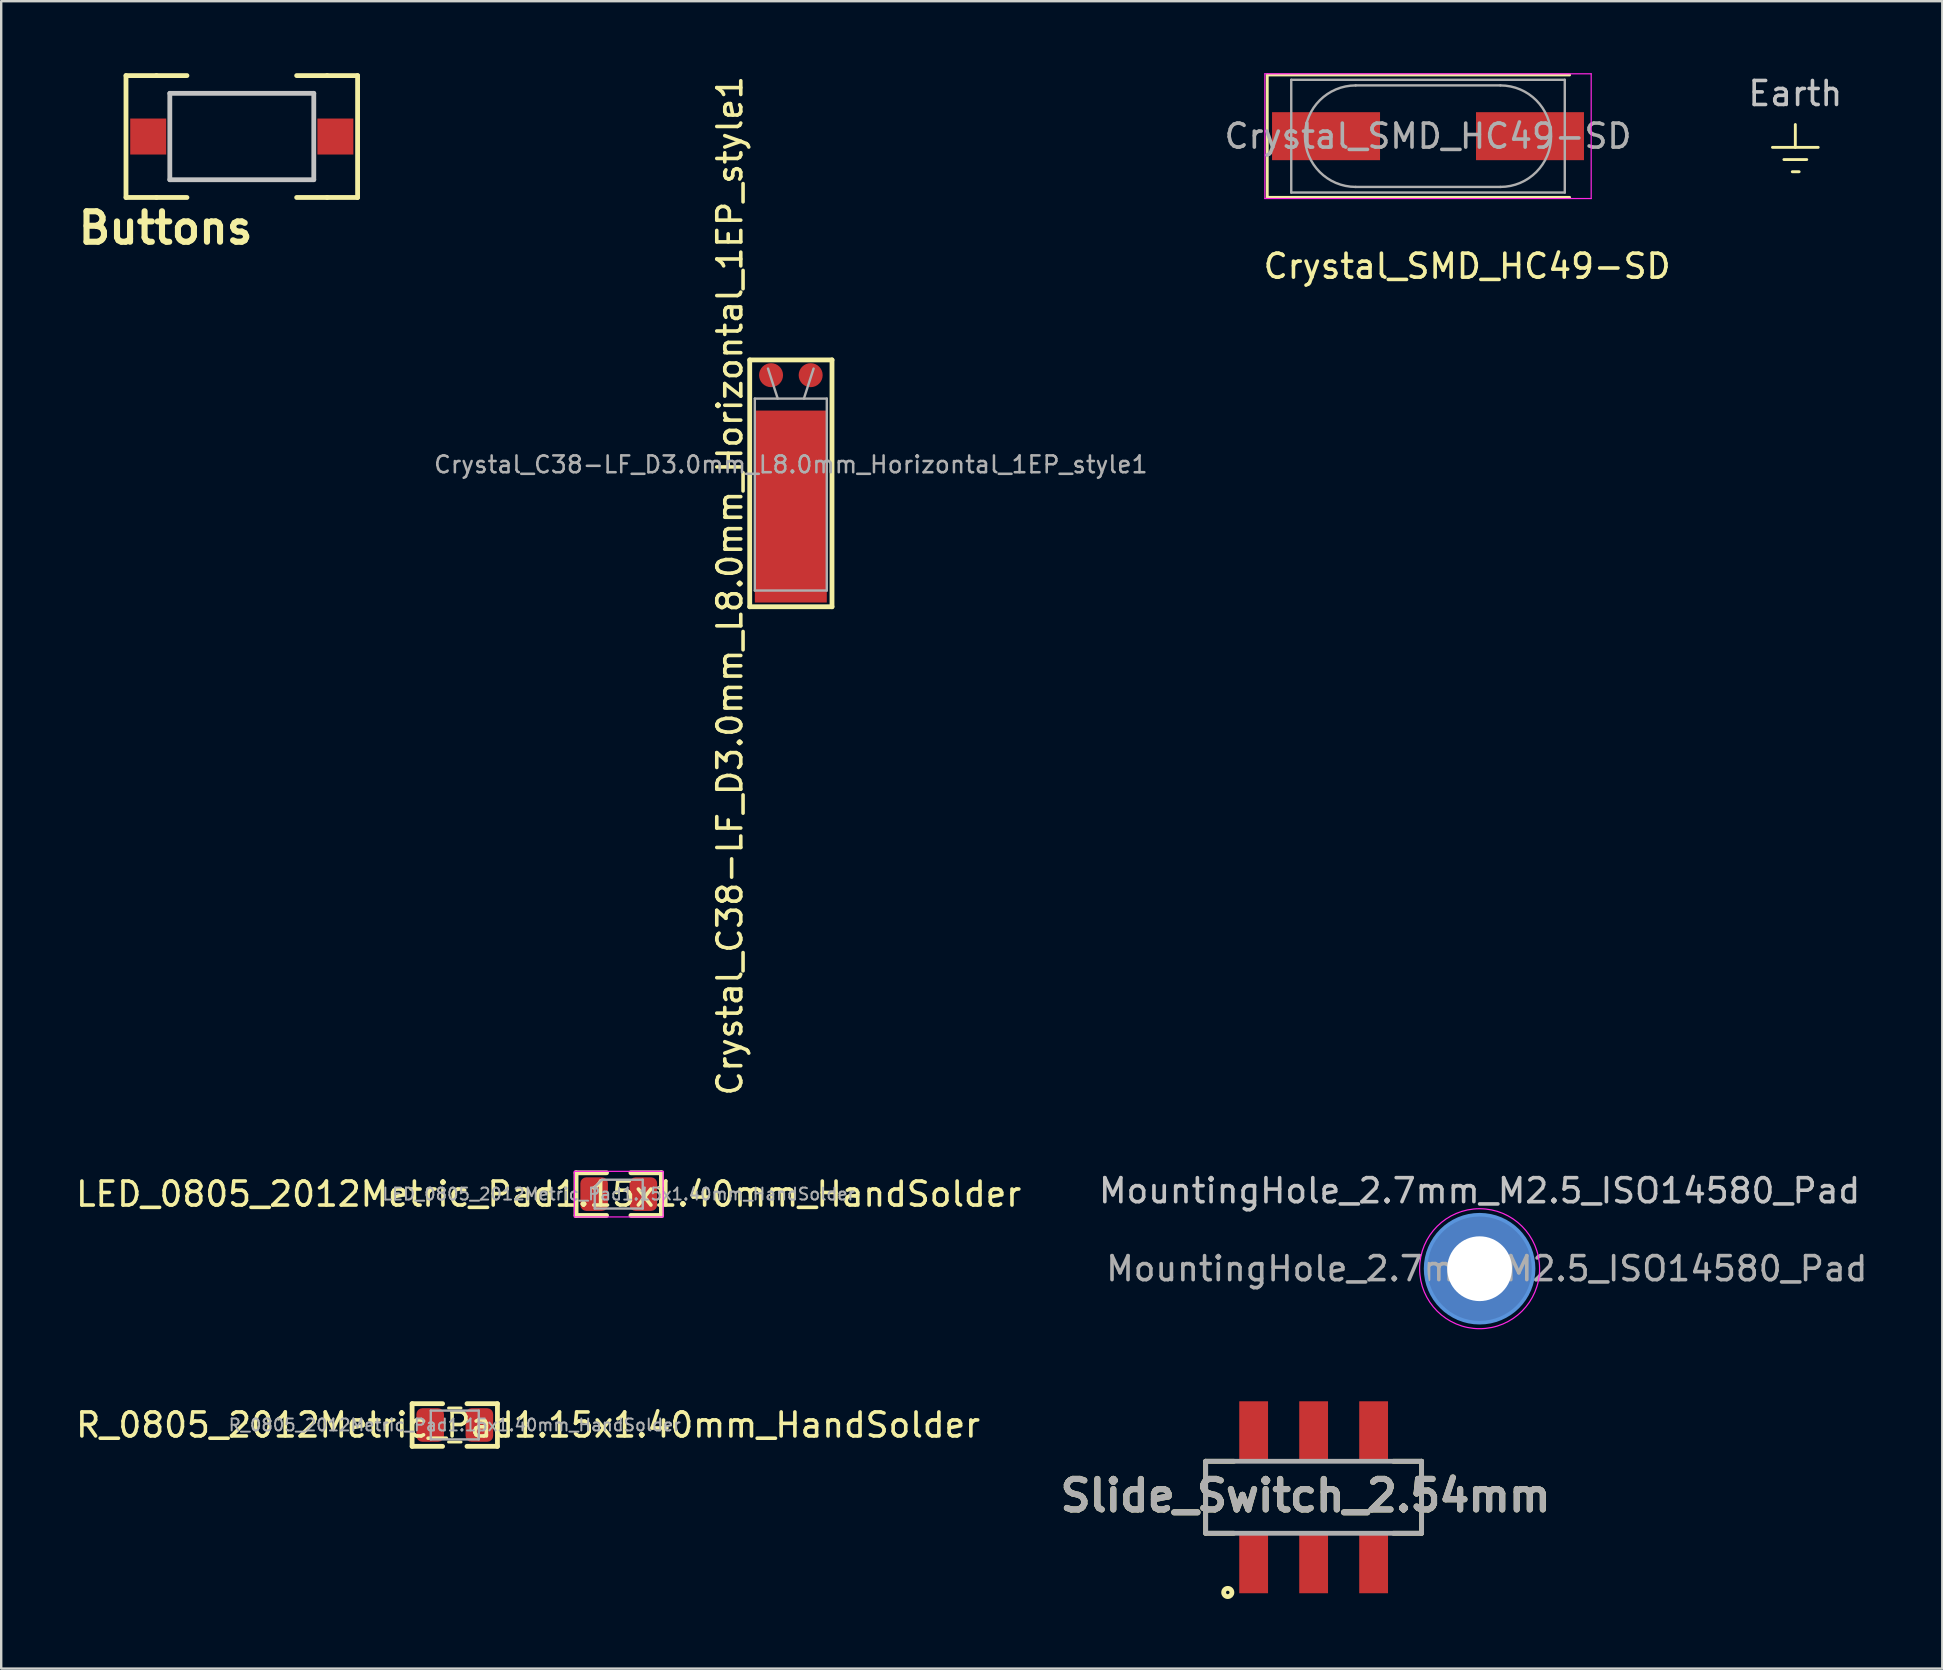
<source format=kicad_pcb>
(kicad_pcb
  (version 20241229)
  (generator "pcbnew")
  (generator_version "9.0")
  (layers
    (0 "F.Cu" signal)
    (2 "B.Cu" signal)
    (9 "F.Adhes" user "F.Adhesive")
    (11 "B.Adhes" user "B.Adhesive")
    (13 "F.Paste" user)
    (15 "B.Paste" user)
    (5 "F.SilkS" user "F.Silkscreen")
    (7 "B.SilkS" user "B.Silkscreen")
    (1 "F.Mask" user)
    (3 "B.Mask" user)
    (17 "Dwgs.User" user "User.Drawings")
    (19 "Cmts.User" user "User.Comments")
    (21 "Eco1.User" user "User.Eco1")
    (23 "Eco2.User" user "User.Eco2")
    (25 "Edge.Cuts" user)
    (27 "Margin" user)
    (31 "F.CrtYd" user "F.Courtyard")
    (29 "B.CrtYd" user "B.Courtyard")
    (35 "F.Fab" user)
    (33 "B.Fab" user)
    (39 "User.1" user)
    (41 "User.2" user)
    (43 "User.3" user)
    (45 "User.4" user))
  (footprint "R_0805_2012Metric_Pad1.15x1.40mm_HandSolder"
    (layer "F.Cu")
    (at 15.903 56.338)
    (property "Reference" "R_0805_2012Metric_Pad1.15x1.40mm_HandSolder" (at 3.055 0 0) (layer "F.SilkS") (effects (font (size 1 1) (thickness 0.15))))
    (attr smd)
    (fp_line (start -1.778 -0.889) (end -0.508 -0.889) (stroke (width 0.2) (type solid)) (layer "F.SilkS"))
    (fp_line (start -1.778 0.889) (end -1.778 -0.889) (stroke (width 0.2) (type solid)) (layer "F.SilkS"))
    (fp_line (start -0.508 0.889) (end -1.778 0.889) (stroke (width 0.2) (type solid)) (layer "F.SilkS"))
    (fp_line (start -0.261 -0.71) (end 0.261 -0.71) (stroke (width 0.12) (type solid)) (layer "F.SilkS"))
    (fp_line (start -0.261 0.71) (end 0.261 0.71) (stroke (width 0.12) (type solid)) (layer "F.SilkS"))
    (fp_line (start 0.508 -0.889) (end 1.778 -0.889) (stroke (width 0.2) (type solid)) (layer "F.SilkS"))
    (fp_line (start 1.778 -0.889) (end 1.778 0.889) (stroke (width 0.2) (type solid)) (layer "F.SilkS"))
    (fp_line (start 1.778 0.889) (end 0.508 0.889) (stroke (width 0.2) (type solid)) (layer "F.SilkS"))
    (fp_line (start -1 -0.6) (end 1 -0.6) (stroke (width 0.1) (type solid)) (layer "F.Fab"))
    (fp_line (start -1 0.6) (end -1 -0.6) (stroke (width 0.1) (type solid)) (layer "F.Fab"))
    (fp_line (start 1 -0.6) (end 1 0.6) (stroke (width 0.1) (type solid)) (layer "F.Fab"))
    (fp_line (start 1 0.6) (end -1 0.6) (stroke (width 0.1) (type solid)) (layer "F.Fab"))
    (fp_text user "${REFERENCE}" (at 0 0 0) (layer "F.Fab") (effects (font (size 0.5 0.5) (thickness 0.08))))
    (pad "1" smd roundrect (at -1.025 0) (size 1.15 1.4) (layers "F.Cu" "F.Mask" "F.Paste") (roundrect_rratio 0.217))
    (pad "2" smd roundrect (at 1.025 0) (size 1.15 1.4) (layers "F.Cu" "F.Mask" "F.Paste") (roundrect_rratio 0.217)))
  (footprint "LED_0805_2012Metric_Pad1.15x1.40mm_HandSolder"
    (layer "F.Cu")
    (at 22.736 46.715)
    (property "Reference" "LED_0805_2012Metric_Pad1.15x1.40mm_HandSolder" (at -2.921 0 0) (layer "F.SilkS") (effects (font (size 1 1) (thickness 0.15))))
    (attr smd)
    (fp_line (start -1.778 -0.889) (end -0.508 -0.889) (stroke (width 0.2) (type solid)) (layer "F.SilkS"))
    (fp_line (start -1.778 0.889) (end -1.778 -0.889) (stroke (width 0.2) (type solid)) (layer "F.SilkS"))
    (fp_line (start -0.508 0.889) (end -1.778 0.889) (stroke (width 0.2) (type solid)) (layer "F.SilkS"))
    (fp_line (start 0.508 -0.889) (end 1.778 -0.889) (stroke (width 0.2) (type solid)) (layer "F.SilkS"))
    (fp_line (start 1.778 -0.889) (end 1.778 0.889) (stroke (width 0.2) (type solid)) (layer "F.SilkS"))
    (fp_line (start 1.778 0.889) (end 0.508 0.889) (stroke (width 0.2) (type solid)) (layer "F.SilkS"))
    (fp_line (start -1.85 -0.95) (end 1.85 -0.95) (stroke (width 0.05) (type solid)) (layer "F.CrtYd"))
    (fp_line (start -1.85 0.95) (end -1.85 -0.95) (stroke (width 0.05) (type solid)) (layer "F.CrtYd"))
    (fp_line (start 1.85 -0.95) (end 1.85 0.95) (stroke (width 0.05) (type solid)) (layer "F.CrtYd"))
    (fp_line (start 1.85 0.95) (end -1.85 0.95) (stroke (width 0.05) (type solid)) (layer "F.CrtYd"))
    (fp_line (start -1 -0.3) (end -1 0.6) (stroke (width 0.1) (type solid)) (layer "F.Fab"))
    (fp_line (start -1 0.6) (end 1 0.6) (stroke (width 0.1) (type solid)) (layer "F.Fab"))
    (fp_line (start -0.7 -0.6) (end -1 -0.3) (stroke (width 0.1) (type solid)) (layer "F.Fab"))
    (fp_line (start 1 -0.6) (end -0.7 -0.6) (stroke (width 0.1) (type solid)) (layer "F.Fab"))
    (fp_line (start 1 0.6) (end 1 -0.6) (stroke (width 0.1) (type solid)) (layer "F.Fab"))
    (fp_text user "${REFERENCE}" (at 0 0 0) (layer "F.Fab") (effects (font (size 0.5 0.5) (thickness 0.08))))
    (pad "1" smd roundrect (at -1.025 0) (size 1.15 1.4) (layers "F.Cu" "F.Mask" "F.Paste") (roundrect_rratio 0.217))
    (pad "2" smd roundrect (at 1.025 0) (size 1.15 1.4) (layers "F.Cu" "F.Mask" "F.Paste") (roundrect_rratio 0.217)))
  (footprint "Buttons"
    (layer "F.Cu")
    (at 7.027 2.64)
    (property "Reference" "Buttons" (at -3.175 3.81 0) (layer "F.SilkS") (effects (font (size 1.27 1.27) (thickness 0.254))))
    (attr smd)
    (fp_line (start -4.826 -2.54) (end -3.556 -2.54) (stroke (width 0.2) (type solid)) (layer "F.SilkS"))
    (fp_line (start -4.826 2.54) (end -4.826 -2.54) (stroke (width 0.2) (type solid)) (layer "F.SilkS"))
    (fp_line (start -3.556 -2.54) (end -2.286 -2.54) (stroke (width 0.2) (type solid)) (layer "F.SilkS"))
    (fp_line (start -3.556 2.54) (end -4.826 2.54) (stroke (width 0.2) (type solid)) (layer "F.SilkS"))
    (fp_line (start -3.556 2.54) (end -2.286 2.54) (stroke (width 0.2) (type solid)) (layer "F.SilkS"))
    (fp_line (start -3 -1.8) (end 3 -1.8) (stroke (width 0.1) (type solid)) (layer "F.SilkS"))
    (fp_line (start -3 -1) (end -3 -1.8) (stroke (width 0.1) (type solid)) (layer "F.SilkS"))
    (fp_line (start -3 1) (end -3 1.8) (stroke (width 0.1) (type solid)) (layer "F.SilkS"))
    (fp_line (start -3 1.8) (end 3 1.8) (stroke (width 0.1) (type solid)) (layer "F.SilkS"))
    (fp_line (start 3 -1.8) (end 3 -1) (stroke (width 0.1) (type solid)) (layer "F.SilkS"))
    (fp_line (start 3 1.8) (end 3 1) (stroke (width 0.1) (type solid)) (layer "F.SilkS"))
    (fp_line (start 3.556 -2.54) (end 2.286 -2.54) (stroke (width 0.2) (type solid)) (layer "F.SilkS"))
    (fp_line (start 3.556 -2.54) (end 4.826 -2.54) (stroke (width 0.2) (type solid)) (layer "F.SilkS"))
    (fp_line (start 3.556 2.54) (end 2.286 2.54) (stroke (width 0.2) (type solid)) (layer "F.SilkS"))
    (fp_line (start 4.826 -2.54) (end 4.826 2.54) (stroke (width 0.2) (type solid)) (layer "F.SilkS"))
    (fp_line (start 4.826 2.54) (end 3.556 2.54) (stroke (width 0.2) (type solid)) (layer "F.SilkS"))
    (fp_line (start -3 -1.8) (end 3 -1.8) (stroke (width 0.2) (type solid)) (layer "Dwgs.User"))
    (fp_line (start -3 1.8) (end -3 -1.8) (stroke (width 0.2) (type solid)) (layer "Dwgs.User"))
    (fp_line (start 3 -1.8) (end 3 1.8) (stroke (width 0.2) (type solid)) (layer "Dwgs.User"))
    (fp_line (start 3 1.8) (end -3 1.8) (stroke (width 0.2) (type solid)) (layer "Dwgs.User"))
    (pad "1" smd rect (at -3.9 0 90) (size 1.5 1.5) (layers "F.Cu" "F.Mask" "F.Paste"))
    (pad "2" smd rect (at 3.9 0 90) (size 1.5 1.5) (layers "F.Cu" "F.Mask" "F.Paste")))
  (footprint "Earth"
    (layer "F.Cu")
    (at 71.771 2.126)
    (property "Reference" "Earth" (at 0 -1.278 0) (unlocked yes) (layer "Dwgs.User") (effects (font (size 1 1) (thickness 0.15))))
    (attr through_hole)
    (fp_line (start -0.953 0.965) (end 0.953 0.965) (stroke (width 0.12) (type solid)) (layer "F.SilkS"))
    (fp_line (start -0.476 1.473) (end 0.476 1.473) (stroke (width 0.12) (type solid)) (layer "F.SilkS"))
    (fp_line (start -0.127 1.981) (end 0.159 1.981) (stroke (width 0.12) (type solid)) (layer "F.SilkS"))
    (fp_line (start 0 0.013) (end 0 0.965) (stroke (width 0.12) (type solid)) (layer "F.SilkS")))
  (footprint "Crystal_C38-LF_D3.0mm_L8.0mm_Horizontal_1EP_style1"
    (layer "F.Cu")
    (at 30.227 16.649)
    (property "Reference" "Crystal_C38-LF_D3.0mm_L8.0mm_Horizontal_1EP_style1" (at -2.86 4.714 90) (layer "F.SilkS") (effects (font (size 1 1) (thickness 0.15))))
    (attr through_hole)
    (fp_line (start -2.032 -4.699) (end -2.032 5.588) (stroke (width 0.2) (type solid)) (layer "F.SilkS"))
    (fp_line (start -2.02 -2.788) (end -2.02 -3.288) (stroke (width 0.12) (type solid)) (layer "F.SilkS"))
    (fp_line (start 1.397 -4.699) (end -2.032 -4.699) (stroke (width 0.2) (type solid)) (layer "F.SilkS"))
    (fp_line (start 1.397 -4.699) (end 1.397 5.588) (stroke (width 0.2) (type solid)) (layer "F.SilkS"))
    (fp_line (start 1.397 5.588) (end -2.032 5.588) (stroke (width 0.2) (type solid)) (layer "F.SilkS"))
    (fp_line (start -1.82 -3.088) (end -1.82 4.912) (stroke (width 0.1) (type solid)) (layer "F.Fab"))
    (fp_line (start -1.82 4.912) (end 1.18 4.912) (stroke (width 0.1) (type solid)) (layer "F.Fab"))
    (fp_line (start -0.865 -3.088) (end -1.27 -4.338) (stroke (width 0.1) (type solid)) (layer "F.Fab"))
    (fp_line (start 0.225 -3.088) (end 0.63 -4.338) (stroke (width 0.1) (type solid)) (layer "F.Fab"))
    (fp_line (start 1.18 -3.088) (end -1.82 -3.088) (stroke (width 0.1) (type solid)) (layer "F.Fab"))
    (fp_line (start 1.18 4.912) (end 1.18 -3.088) (stroke (width 0.1) (type solid)) (layer "F.Fab"))
    (fp_text user "${REFERENCE}" (at -0.32 -0.338 0) (layer "F.Fab") (effects (font (size 0.7 0.7) (thickness 0.105))))
    (pad "1" smd circle (at -1.143 -4.064) (size 1 1) (layers "F.Cu" "F.Mask" "F.Paste"))
    (pad "2" smd circle (at 0.508 -4.064) (size 1 1) (layers "F.Cu" "F.Mask" "F.Paste"))
    (pad "3" smd rect (at -0.32 1.412) (size 3 8) (layers "F.Cu" "F.Mask" "F.Paste")))
  (footprint "Slide_Switch_2.54mm"
    (layer "F.Cu")
    (at 51.696 59.349)
    (property "Reference" "Slide_Switch_2.54mm" (at -0.335 -0.068 180) (layer "F.SilkS") (effects (font (size 1.27 1.27) (thickness 0.254))))
    (attr smd)
    (fp_line (start -4.5 -1.5) (end -4.5 1.5) (stroke (width 0.2) (type solid)) (layer "F.SilkS"))
    (fp_line (start -4.5 -1.5) (end -3.323 -1.5) (stroke (width 0.2) (type solid)) (layer "F.SilkS"))
    (fp_line (start -4.5 1.5) (end -3.323 1.5) (stroke (width 0.2) (type solid)) (layer "F.SilkS"))
    (fp_line (start 4.5 -1.5) (end 3.323 -1.5) (stroke (width 0.2) (type solid)) (layer "F.SilkS"))
    (fp_line (start 4.5 1.5) (end 3.323 1.5) (stroke (width 0.2) (type solid)) (layer "F.SilkS"))
    (fp_line (start 4.5 1.5) (end 4.5 -1.5) (stroke (width 0.2) (type solid)) (layer "F.SilkS"))
    (fp_circle (center -3.578 3.968) (end -3.578 4.04) (stroke (width 0.2) (type solid)) (fill no) (layer "F.SilkS"))
    (fp_line (start -4.5 -1.5) (end 4.5 -1.5) (stroke (width 0.2) (type solid)) (layer "F.Fab"))
    (fp_line (start -4.5 1.5) (end -4.5 -1.5) (stroke (width 0.2) (type solid)) (layer "F.Fab"))
    (fp_line (start 4.5 -1.5) (end 4.5 1.5) (stroke (width 0.2) (type solid)) (layer "F.Fab"))
    (fp_line (start 4.5 1.5) (end -4.5 1.5) (stroke (width 0.2) (type solid)) (layer "F.Fab"))
    (fp_text user "${REFERENCE}" (at -0.335 -0.068 180) (layer "F.Fab") (effects (font (size 1.27 1.27) (thickness 0.254))))
    (pad "1" smd rect (at -2.5 2.75) (size 1.2 2.5) (layers "F.Cu" "F.Mask" "F.Paste"))
    (pad "2" smd rect (at 0 2.75) (size 1.2 2.5) (layers "F.Cu" "F.Mask" "F.Paste"))
    (pad "3" smd rect (at 2.5 2.75) (size 1.2 2.5) (layers "F.Cu" "F.Mask" "F.Paste"))
    (pad "4" smd rect (at 2.5 -2.75) (size 1.2 2.5) (layers "F.Cu" "F.Mask" "F.Paste"))
    (pad "5" smd rect (at 0 -2.75) (size 1.2 2.5) (layers "F.Cu" "F.Mask" "F.Paste"))
    (pad "6" smd rect (at -2.5 -2.75) (size 1.2 2.5) (layers "F.Cu" "F.Mask" "F.Paste")))
  (footprint "Crystal_SMD_HC49-SD"
    (layer "F.Cu")
    (at 56.463 2.625)
    (property "Reference" "Crystal_SMD_HC49-SD" (at 1.63 5.42 180) (layer "F.SilkS") (effects (font (size 1 1) (thickness 0.15))))
    (attr smd)
    (fp_line (start -6.7 -2.55) (end -6.7 2.55) (stroke (width 0.12) (type solid)) (layer "F.SilkS"))
    (fp_line (start -6.7 2.55) (end 5.9 2.55) (stroke (width 0.12) (type solid)) (layer "F.SilkS"))
    (fp_line (start 5.9 -2.55) (end -6.7 -2.55) (stroke (width 0.12) (type solid)) (layer "F.SilkS"))
    (fp_line (start -6.8 -2.6) (end -6.8 2.6) (stroke (width 0.05) (type solid)) (layer "F.CrtYd"))
    (fp_line (start -6.8 2.6) (end 6.8 2.6) (stroke (width 0.05) (type solid)) (layer "F.CrtYd"))
    (fp_line (start 6.8 -2.6) (end -6.8 -2.6) (stroke (width 0.05) (type solid)) (layer "F.CrtYd"))
    (fp_line (start 6.8 2.6) (end 6.8 -2.6) (stroke (width 0.05) (type solid)) (layer "F.CrtYd"))
    (fp_line (start -5.7 -2.35) (end -5.7 2.35) (stroke (width 0.1) (type solid)) (layer "F.Fab"))
    (fp_line (start -5.7 2.35) (end 5.7 2.35) (stroke (width 0.1) (type solid)) (layer "F.Fab"))
    (fp_line (start -3.015 -2.115) (end 3.015 -2.115) (stroke (width 0.1) (type solid)) (layer "F.Fab"))
    (fp_line (start -3.015 2.115) (end 3.015 2.115) (stroke (width 0.1) (type solid)) (layer "F.Fab"))
    (fp_line (start 5.7 -2.35) (end -5.7 -2.35) (stroke (width 0.1) (type solid)) (layer "F.Fab"))
    (fp_line (start 5.7 2.35) (end 5.7 -2.35) (stroke (width 0.1) (type solid)) (layer "F.Fab"))
    (fp_arc (start -3.015 2.115) (mid -5.13 0) (end -3.015 -2.115) (stroke (width 0.1) (type solid)) (layer "F.Fab"))
    (fp_arc (start 3.015 -2.115) (mid 5.13 0) (end 3.015 2.115) (stroke (width 0.1) (type solid)) (layer "F.Fab"))
    (fp_text user "${REFERENCE}" (at 0 0 180) (layer "F.Fab") (effects (font (size 1 1) (thickness 0.15))))
    (pad "1" smd rect (at -4.25 0) (size 4.5 2) (layers "F.Cu" "F.Mask" "F.Paste"))
    (pad "2" smd rect (at 4.25 0) (size 4.5 2) (layers "F.Cu" "F.Mask" "F.Paste")))
  (footprint "MountingHole_2.7mm_M2.5_ISO14580_Pad"
    (layer "F.Cu")
    (at 58.613 49.824)
    (property "Reference" "MountingHole_2.7mm_M2.5_ISO14580_Pad" (at 0 -3.25 0) (layer "Dwgs.User") (effects (font (size 1 1) (thickness 0.15))))
    (attr exclude_from_pos_files exclude_from_bom)
    (fp_circle (center 0 0) (end 2.25 0) (stroke (width 0.15) (type solid)) (fill no) (layer "Cmts.User"))
    (fp_circle (center 0 0) (end 2.5 0) (stroke (width 0.05) (type solid)) (fill no) (layer "F.CrtYd"))
    (fp_text user "${REFERENCE}" (at 0.3 0 0) (layer "F.Fab") (effects (font (size 1 1) (thickness 0.15))))
    (pad "1" thru_hole circle (at 0 0) (size 4.5 4.5) (drill 2.7) (layers "*.Cu" "*.Mask")))
  (gr_rect
    (start -3 -3)
    (end 77.895 66.489)
    (stroke (width 0.1) (type default))
    (fill no)
    (layer "Edge.Cuts")))
</source>
